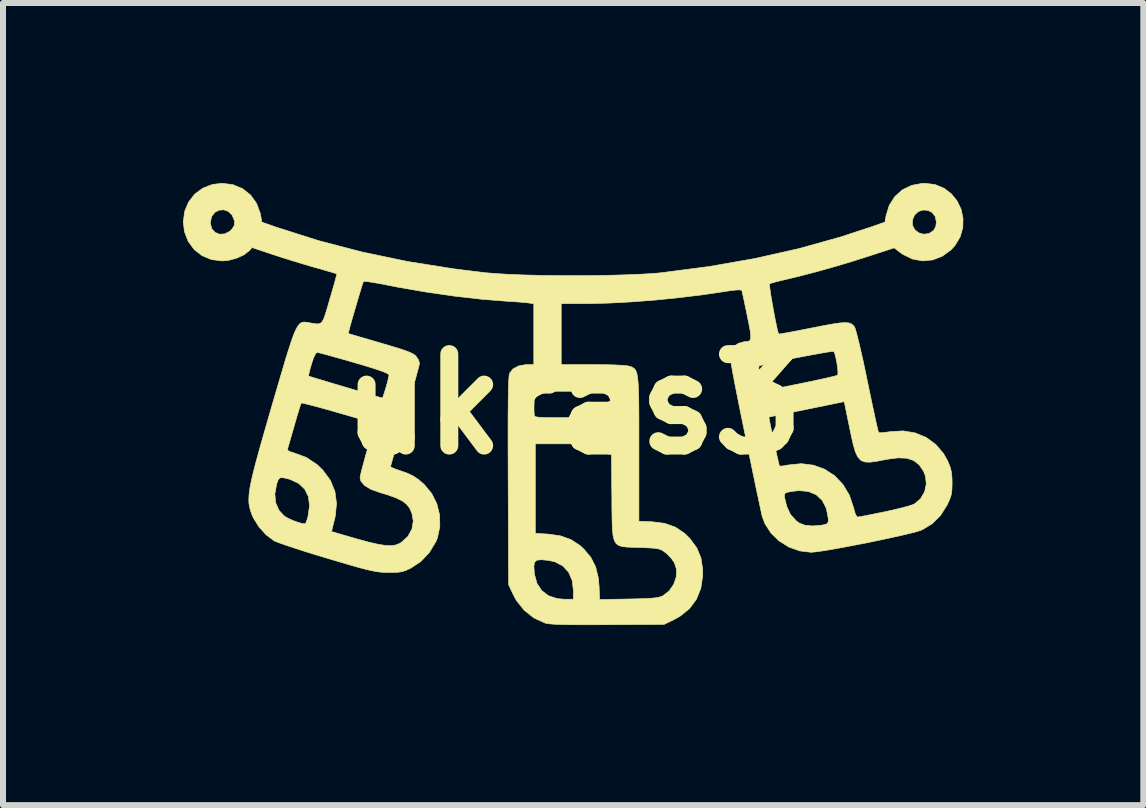
<source format=kicad_pcb>
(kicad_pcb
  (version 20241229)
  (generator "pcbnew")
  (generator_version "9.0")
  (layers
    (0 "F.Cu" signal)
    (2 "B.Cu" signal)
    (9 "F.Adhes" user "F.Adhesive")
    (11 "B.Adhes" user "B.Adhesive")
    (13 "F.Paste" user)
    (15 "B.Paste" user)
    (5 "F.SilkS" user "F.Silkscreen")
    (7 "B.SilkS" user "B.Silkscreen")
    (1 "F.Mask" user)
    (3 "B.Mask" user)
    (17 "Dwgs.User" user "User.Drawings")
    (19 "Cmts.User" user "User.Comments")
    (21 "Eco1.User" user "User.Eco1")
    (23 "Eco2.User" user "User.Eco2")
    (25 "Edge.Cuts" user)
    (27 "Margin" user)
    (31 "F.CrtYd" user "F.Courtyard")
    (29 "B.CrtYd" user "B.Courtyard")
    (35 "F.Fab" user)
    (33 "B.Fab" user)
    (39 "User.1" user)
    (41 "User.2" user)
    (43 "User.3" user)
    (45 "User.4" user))
  (footprint "ukras3"
    (layer "F.Cu")
    (at 6.507 3.687)
    (property "Reference" "ukras3" (at 0 0 0) (layer "F.SilkS") (effects (font (size 1.524 1.524) (thickness 0.3))))
    (attr through_hole)
    (fp_poly (pts (xy 6.028 -3.661) (xy 6.177 -3.599) (xy 6.301 -3.505) (xy 6.397 -3.385) (xy 6.463 -3.247) (xy 6.494 -3.096) (xy 6.49 -2.941) (xy 6.446 -2.788) (xy 6.36 -2.645) (xy 6.295 -2.573) (xy 6.15 -2.467) (xy 5.989 -2.405) (xy 5.821 -2.389) (xy 5.653 -2.419) (xy 5.494 -2.496) (xy 5.455 -2.523) (xy 5.347 -2.606) (xy 4.902 -2.461) (xy 4.633 -2.376) (xy 4.348 -2.291) (xy 4.063 -2.211) (xy 3.792 -2.14) (xy 3.549 -2.081) (xy 3.493 -2.068) (xy 3.396 -2.045) (xy 3.319 -2.024) (xy 3.274 -2.009) (xy 3.269 -2.006) (xy 3.269 -1.979) (xy 3.277 -1.911) (xy 3.291 -1.815) (xy 3.311 -1.699) (xy 3.333 -1.574) (xy 3.356 -1.45) (xy 3.379 -1.338) (xy 3.398 -1.247) (xy 3.414 -1.188) (xy 3.421 -1.171) (xy 3.447 -1.172) (xy 3.515 -1.183) (xy 3.619 -1.202) (xy 3.751 -1.227) (xy 3.903 -1.257) (xy 3.969 -1.27) (xy 4.167 -1.309) (xy 4.322 -1.337) (xy 4.439 -1.354) (xy 4.526 -1.36) (xy 4.589 -1.355) (xy 4.633 -1.339) (xy 4.666 -1.313) (xy 4.688 -1.284) (xy 4.702 -1.245) (xy 4.725 -1.162) (xy 4.755 -1.043) (xy 4.79 -0.892) (xy 4.83 -0.717) (xy 4.871 -0.523) (xy 4.9 -0.382) (xy 4.942 -0.182) (xy 4.98 0.001) (xy 5.015 0.163) (xy 5.044 0.297) (xy 5.067 0.397) (xy 5.082 0.457) (xy 5.087 0.473) (xy 5.118 0.476) (xy 5.184 0.471) (xy 5.273 0.459) (xy 5.279 0.458) (xy 5.493 0.445) (xy 5.696 0.478) (xy 5.88 0.554) (xy 6.04 0.671) (xy 6.17 0.824) (xy 6.238 0.946) (xy 6.278 1.043) (xy 6.301 1.13) (xy 6.31 1.229) (xy 6.312 1.309) (xy 6.309 1.422) (xy 6.298 1.507) (xy 6.272 1.586) (xy 6.228 1.682) (xy 6.118 1.856) (xy 5.978 1.994) (xy 5.815 2.092) (xy 5.782 2.105) (xy 5.708 2.128) (xy 5.593 2.157) (xy 5.445 2.192) (xy 5.273 2.23) (xy 5.085 2.27) (xy 4.887 2.311) (xy 4.69 2.349) (xy 4.5 2.385) (xy 4.325 2.417) (xy 4.174 2.442) (xy 4.055 2.459) (xy 3.975 2.467) (xy 3.962 2.468) (xy 3.772 2.445) (xy 3.592 2.381) (xy 3.43 2.28) (xy 3.294 2.149) (xy 3.194 1.994) (xy 3.147 1.871) (xy 3.137 1.827) (xy 3.118 1.739) (xy 3.091 1.611) (xy 3.068 1.502) (xy 3.517 1.502) (xy 3.518 1.547) (xy 3.536 1.624) (xy 3.557 1.705) (xy 3.617 1.837) (xy 3.717 1.947) (xy 3.77 1.984) (xy 3.86 2.017) (xy 3.982 2.029) (xy 4.118 2.02) (xy 4.178 2.009) (xy 4.23 1.992) (xy 4.248 1.959) (xy 4.248 1.904) (xy 4.216 1.737) (xy 4.148 1.604) (xy 4.047 1.509) (xy 3.916 1.454) (xy 3.757 1.44) (xy 3.662 1.451) (xy 3.585 1.464) (xy 3.538 1.477) (xy 3.517 1.502) (xy 3.068 1.502) (xy 3.056 1.448) (xy 3.016 1.256) (xy 2.971 1.04) (xy 2.923 0.804) (xy 2.872 0.555) (xy 2.855 0.473) (xy 2.802 0.214) (xy 3.259 0.214) (xy 3.262 0.238) (xy 3.274 0.302) (xy 3.293 0.396) (xy 3.316 0.508) (xy 3.342 0.63) (xy 3.369 0.752) (xy 3.394 0.863) (xy 3.415 0.953) (xy 3.429 1.012) (xy 3.436 1.031) (xy 3.465 1.032) (xy 3.527 1.024) (xy 3.582 1.013) (xy 3.798 0.991) (xy 4.001 1.016) (xy 4.188 1.084) (xy 4.354 1.192) (xy 4.493 1.338) (xy 4.6 1.517) (xy 4.67 1.726) (xy 4.675 1.746) (xy 4.7 1.833) (xy 4.727 1.876) (xy 4.739 1.88) (xy 4.775 1.875) (xy 4.851 1.861) (xy 4.959 1.84) (xy 5.09 1.813) (xy 5.195 1.792) (xy 5.34 1.76) (xy 5.472 1.728) (xy 5.581 1.699) (xy 5.657 1.674) (xy 5.685 1.662) (xy 5.787 1.575) (xy 5.854 1.459) (xy 5.882 1.329) (xy 5.867 1.196) (xy 5.837 1.119) (xy 5.764 1.011) (xy 5.672 0.939) (xy 5.556 0.9) (xy 5.411 0.894) (xy 5.229 0.918) (xy 5.196 0.924) (xy 5.052 0.952) (xy 4.94 0.967) (xy 4.854 0.962) (xy 4.789 0.934) (xy 4.738 0.877) (xy 4.697 0.787) (xy 4.661 0.659) (xy 4.623 0.488) (xy 4.605 0.4) (xy 4.514 -0.043) (xy 3.889 0.085) (xy 3.718 0.12) (xy 3.565 0.151) (xy 3.436 0.177) (xy 3.337 0.198) (xy 3.277 0.21) (xy 3.259 0.214) (xy 2.802 0.214) (xy 2.795 0.182) (xy 2.746 -0.064) (xy 2.705 -0.269) (xy 2.673 -0.436) (xy 2.648 -0.57) (xy 2.642 -0.606) (xy 3.09 -0.606) (xy 3.096 -0.541) (xy 3.111 -0.458) (xy 3.13 -0.371) (xy 3.152 -0.294) (xy 3.172 -0.242) (xy 3.185 -0.228) (xy 3.217 -0.233) (xy 3.291 -0.246) (xy 3.401 -0.267) (xy 3.538 -0.294) (xy 3.696 -0.326) (xy 3.797 -0.346) (xy 3.964 -0.381) (xy 4.113 -0.413) (xy 4.239 -0.441) (xy 4.334 -0.463) (xy 4.391 -0.479) (xy 4.403 -0.484) (xy 4.41 -0.517) (xy 4.406 -0.583) (xy 4.395 -0.668) (xy 4.379 -0.755) (xy 4.361 -0.829) (xy 4.343 -0.874) (xy 4.337 -0.88) (xy 4.308 -0.879) (xy 4.237 -0.869) (xy 4.133 -0.851) (xy 4.004 -0.828) (xy 3.86 -0.801) (xy 3.707 -0.772) (xy 3.555 -0.742) (xy 3.412 -0.712) (xy 3.285 -0.685) (xy 3.185 -0.663) (xy 3.118 -0.646) (xy 3.094 -0.637) (xy 3.09 -0.606) (xy 2.642 -0.606) (xy 2.63 -0.675) (xy 2.619 -0.754) (xy 2.613 -0.812) (xy 2.612 -0.854) (xy 2.615 -0.882) (xy 2.62 -0.898) (xy 2.67 -0.962) (xy 2.75 -1.014) (xy 2.841 -1.04) (xy 2.863 -1.042) (xy 2.907 -1.045) (xy 2.937 -1.057) (xy 2.953 -1.086) (xy 2.956 -1.138) (xy 2.947 -1.221) (xy 2.925 -1.34) (xy 2.897 -1.477) (xy 2.869 -1.612) (xy 2.844 -1.731) (xy 2.824 -1.824) (xy 2.811 -1.881) (xy 2.808 -1.895) (xy 2.784 -1.905) (xy 2.72 -1.904) (xy 2.612 -1.892) (xy 2.511 -1.876) (xy 2.143 -1.822) (xy 1.753 -1.775) (xy 1.355 -1.735) (xy 0.962 -1.705) (xy 0.59 -1.685) (xy 0.251 -1.677) (xy 0.21 -1.677) (xy -0.203 -1.676) (xy -0.203 -0.66) (xy 0.326 -0.66) (xy 0.518 -0.659) (xy 0.682 -0.655) (xy 0.811 -0.648) (xy 0.9 -0.64) (xy 0.937 -0.632) (xy 0.971 -0.62) (xy 1 -0.605) (xy 1.024 -0.585) (xy 1.043 -0.553) (xy 1.059 -0.508) (xy 1.07 -0.443) (xy 1.079 -0.356) (xy 1.085 -0.241) (xy 1.089 -0.094) (xy 1.091 0.088) (xy 1.092 0.31) (xy 1.092 0.577) (xy 1.092 0.746) (xy 1.092 1.951) (xy 1.314 1.96) (xy 1.522 1.986) (xy 1.699 2.049) (xy 1.853 2.152) (xy 1.944 2.242) (xy 2.058 2.397) (xy 2.127 2.566) (xy 2.155 2.756) (xy 2.155 2.857) (xy 2.124 3.069) (xy 2.05 3.252) (xy 1.935 3.407) (xy 1.777 3.534) (xy 1.682 3.587) (xy 1.512 3.67) (xy 0.572 3.675) (xy 0.309 3.676) (xy 0.092 3.676) (xy -0.084 3.674) (xy -0.221 3.671) (xy -0.326 3.667) (xy -0.403 3.66) (xy -0.455 3.652) (xy -0.474 3.647) (xy -0.659 3.562) (xy -0.819 3.435) (xy -0.95 3.271) (xy -1.008 3.162) (xy -1.079 3.01) (xy -1.081 2.7) (xy -0.659 2.7) (xy -0.652 2.808) (xy -0.649 2.834) (xy -0.607 2.987) (xy -0.528 3.107) (xy -0.414 3.193) (xy -0.267 3.241) (xy -0.147 3.251) (xy 0 3.251) (xy 0 3.104) (xy -0.02 2.937) (xy -0.08 2.8) (xy -0.176 2.696) (xy -0.307 2.627) (xy -0.417 2.603) (xy -0.533 2.592) (xy -0.608 2.6) (xy -0.647 2.633) (xy -0.659 2.7) (xy -1.081 2.7) (xy -1.087 1.284) (xy -1.088 0.922) (xy -1.089 0.66) (xy -0.635 0.66) (xy -0.635 2.152) (xy -0.421 2.165) (xy -0.216 2.194) (xy -0.042 2.256) (xy 0.109 2.354) (xy 0.175 2.415) (xy 0.293 2.557) (xy 0.371 2.713) (xy 0.415 2.893) (xy 0.428 3.031) (xy 0.437 3.256) (xy 0.923 3.247) (xy 1.101 3.243) (xy 1.235 3.238) (xy 1.334 3.231) (xy 1.404 3.222) (xy 1.455 3.209) (xy 1.491 3.194) (xy 1.596 3.112) (xy 1.672 3.003) (xy 1.714 2.879) (xy 1.719 2.753) (xy 1.684 2.643) (xy 1.635 2.573) (xy 1.566 2.5) (xy 1.541 2.479) (xy 1.5 2.448) (xy 1.462 2.426) (xy 1.417 2.411) (xy 1.353 2.401) (xy 1.262 2.395) (xy 1.131 2.389) (xy 1.104 2.388) (xy 0.984 2.385) (xy 0.887 2.381) (xy 0.811 2.372) (xy 0.753 2.353) (xy 0.71 2.32) (xy 0.68 2.266) (xy 0.661 2.188) (xy 0.65 2.08) (xy 0.645 1.937) (xy 0.642 1.755) (xy 0.641 1.528) (xy 0.64 1.46) (xy 0.633 0.66) (xy -0.635 0.66) (xy -1.089 0.66) (xy -1.089 0.609) (xy -1.089 0.34) (xy -1.088 0.114) (xy -1.087 0.069) (xy -0.657 0.069) (xy -0.655 0.148) (xy -0.65 0.193) (xy -0.65 0.195) (xy -0.637 0.206) (xy -0.605 0.214) (xy -0.548 0.22) (xy -0.461 0.223) (xy -0.339 0.225) (xy -0.176 0.224) (xy 0.006 0.223) (xy 0.648 0.216) (xy 0.648 -0.216) (xy -0.648 -0.216) (xy -0.655 -0.028) (xy -0.657 0.069) (xy -1.087 0.069) (xy -1.086 -0.073) (xy -1.084 -0.223) (xy -1.08 -0.339) (xy -1.076 -0.424) (xy -1.071 -0.481) (xy -1.064 -0.513) (xy -1.063 -0.516) (xy -1.007 -0.588) (xy -0.913 -0.638) (xy -0.791 -0.66) (xy -0.763 -0.66) (xy -0.66 -0.66) (xy -0.66 -1.674) (xy -0.743 -1.687) (xy -0.803 -1.694) (xy -0.899 -1.702) (xy -1.015 -1.71) (xy -1.092 -1.715) (xy -1.515 -1.748) (xy -1.971 -1.8) (xy -2.448 -1.868) (xy -2.932 -1.952) (xy -3.095 -1.984) (xy -3.229 -2.01) (xy -3.345 -2.03) (xy -3.434 -2.044) (xy -3.487 -2.049) (xy -3.497 -2.048) (xy -3.508 -2.022) (xy -3.529 -1.956) (xy -3.558 -1.862) (xy -3.592 -1.748) (xy -3.629 -1.623) (xy -3.665 -1.498) (xy -3.699 -1.382) (xy -3.726 -1.284) (xy -3.744 -1.213) (xy -3.752 -1.18) (xy -3.751 -1.179) (xy -3.727 -1.171) (xy -3.66 -1.151) (xy -3.559 -1.121) (xy -3.43 -1.084) (xy -3.281 -1.04) (xy -3.213 -1.02) (xy -3.03 -0.966) (xy -2.889 -0.923) (xy -2.785 -0.888) (xy -2.711 -0.858) (xy -2.661 -0.832) (xy -2.629 -0.807) (xy -2.623 -0.8) (xy -2.583 -0.74) (xy -2.565 -0.686) (xy -2.565 -0.684) (xy -2.572 -0.649) (xy -2.592 -0.571) (xy -2.623 -0.456) (xy -2.663 -0.31) (xy -2.711 -0.14) (xy -2.764 0.048) (xy -2.807 0.194) (xy -2.864 0.39) (xy -2.916 0.571) (xy -2.962 0.73) (xy -2.999 0.863) (xy -3.027 0.962) (xy -3.044 1.023) (xy -3.048 1.04) (xy -3.026 1.056) (xy -2.968 1.081) (xy -2.902 1.103) (xy -2.77 1.149) (xy -2.669 1.197) (xy -2.58 1.257) (xy -2.488 1.337) (xy -2.363 1.486) (xy -2.276 1.66) (xy -2.23 1.848) (xy -2.226 2.04) (xy -2.266 2.227) (xy -2.292 2.291) (xy -2.401 2.472) (xy -2.545 2.623) (xy -2.71 2.732) (xy -2.789 2.769) (xy -2.856 2.791) (xy -2.932 2.802) (xy -3.033 2.805) (xy -3.086 2.804) (xy -3.153 2.803) (xy -3.216 2.799) (xy -3.282 2.79) (xy -3.358 2.776) (xy -3.449 2.755) (xy -3.564 2.725) (xy -3.707 2.685) (xy -3.886 2.632) (xy -4.102 2.568) (xy -4.299 2.509) (xy -4.484 2.451) (xy -4.651 2.397) (xy -4.793 2.35) (xy -4.904 2.311) (xy -4.976 2.282) (xy -4.995 2.272) (xy -5.126 2.173) (xy -5.244 2.04) (xy -5.336 1.891) (xy -5.361 1.833) (xy -5.382 1.772) (xy -5.398 1.712) (xy -5.408 1.65) (xy -5.41 1.58) (xy -5.405 1.498) (xy -5.405 1.496) (xy -4.976 1.496) (xy -4.962 1.644) (xy -4.906 1.771) (xy -4.816 1.866) (xy -4.757 1.901) (xy -4.678 1.937) (xy -4.594 1.968) (xy -4.52 1.989) (xy -4.473 1.993) (xy -4.467 1.991) (xy -4.452 1.963) (xy -4.432 1.903) (xy -4.423 1.869) (xy -4.398 1.693) (xy -4.416 1.542) (xy -4.477 1.417) (xy -4.579 1.32) (xy -4.722 1.253) (xy -4.761 1.242) (xy -4.844 1.224) (xy -4.892 1.228) (xy -4.921 1.26) (xy -4.945 1.327) (xy -4.946 1.33) (xy -4.976 1.496) (xy -5.405 1.496) (xy -5.392 1.4) (xy -5.369 1.282) (xy -5.336 1.139) (xy -5.292 0.968) (xy -5.236 0.764) (xy -5.236 0.763) (xy -4.763 0.763) (xy -4.739 0.785) (xy -4.677 0.806) (xy -4.658 0.811) (xy -4.452 0.887) (xy -4.272 1.006) (xy -4.176 1.099) (xy -4.051 1.269) (xy -3.975 1.454) (xy -3.948 1.654) (xy -3.969 1.868) (xy -3.984 1.93) (xy -4.007 2.02) (xy -4.023 2.088) (xy -4.03 2.121) (xy -4.03 2.123) (xy -4.005 2.13) (xy -3.94 2.149) (xy -3.842 2.178) (xy -3.72 2.213) (xy -3.619 2.242) (xy -3.419 2.297) (xy -3.259 2.334) (xy -3.132 2.354) (xy -3.033 2.358) (xy -2.954 2.345) (xy -2.889 2.317) (xy -2.87 2.305) (xy -2.758 2.203) (xy -2.691 2.081) (xy -2.669 1.947) (xy -2.691 1.821) (xy -2.727 1.737) (xy -2.779 1.669) (xy -2.853 1.611) (xy -2.958 1.56) (xy -3.102 1.509) (xy -3.22 1.474) (xy -3.371 1.42) (xy -3.479 1.356) (xy -3.541 1.284) (xy -3.556 1.224) (xy -3.549 1.186) (xy -3.531 1.109) (xy -3.502 1) (xy -3.467 0.869) (xy -3.433 0.75) (xy -3.31 0.318) (xy -3.916 0.143) (xy -4.083 0.095) (xy -4.234 0.053) (xy -4.361 0.02) (xy -4.458 -0.005) (xy -4.518 -0.018) (xy -4.535 -0.02) (xy -4.547 0.008) (xy -4.569 0.076) (xy -4.599 0.174) (xy -4.634 0.293) (xy -4.646 0.337) (xy -4.683 0.465) (xy -4.716 0.579) (xy -4.742 0.669) (xy -4.758 0.723) (xy -4.761 0.731) (xy -4.763 0.763) (xy -5.236 0.763) (xy -5.168 0.523) (xy -5.087 0.241) (xy -5.021 0.013) (xy -4.934 -0.284) (xy -4.879 -0.472) (xy -4.415 -0.472) (xy -4.414 -0.469) (xy -4.39 -0.461) (xy -4.325 -0.441) (xy -4.226 -0.411) (xy -4.103 -0.374) (xy -3.963 -0.332) (xy -3.813 -0.288) (xy -3.661 -0.243) (xy -3.517 -0.2) (xy -3.386 -0.162) (xy -3.278 -0.13) (xy -3.2 -0.108) (xy -3.182 -0.103) (xy -3.173 -0.125) (xy -3.154 -0.183) (xy -3.128 -0.266) (xy -3.125 -0.276) (xy -3.099 -0.368) (xy -3.081 -0.443) (xy -3.073 -0.487) (xy -3.073 -0.488) (xy -3.089 -0.505) (xy -3.139 -0.53) (xy -3.225 -0.562) (xy -3.353 -0.604) (xy -3.523 -0.656) (xy -3.655 -0.694) (xy -3.82 -0.742) (xy -3.97 -0.784) (xy -4.097 -0.82) (xy -4.195 -0.846) (xy -4.256 -0.861) (xy -4.272 -0.864) (xy -4.299 -0.839) (xy -4.332 -0.77) (xy -4.365 -0.67) (xy -4.391 -0.579) (xy -4.408 -0.509) (xy -4.415 -0.472) (xy -4.879 -0.472) (xy -4.86 -0.536) (xy -4.798 -0.747) (xy -4.744 -0.919) (xy -4.699 -1.057) (xy -4.66 -1.165) (xy -4.625 -1.245) (xy -4.593 -1.302) (xy -4.563 -1.339) (xy -4.533 -1.36) (xy -4.501 -1.369) (xy -4.465 -1.368) (xy -4.424 -1.362) (xy -4.409 -1.359) (xy -4.329 -1.345) (xy -4.27 -1.338) (xy -4.226 -1.343) (xy -4.193 -1.368) (xy -4.164 -1.417) (xy -4.135 -1.497) (xy -4.099 -1.614) (xy -4.06 -1.751) (xy -4.02 -1.887) (xy -3.986 -2.006) (xy -3.961 -2.098) (xy -3.946 -2.157) (xy -3.943 -2.173) (xy -3.969 -2.181) (xy -4.034 -2.201) (xy -4.132 -2.229) (xy -4.252 -2.264) (xy -4.318 -2.282) (xy -4.486 -2.331) (xy -4.674 -2.388) (xy -4.859 -2.446) (xy -5.018 -2.498) (xy -5.021 -2.499) (xy -5.356 -2.611) (xy -5.402 -2.559) (xy -5.491 -2.489) (xy -5.614 -2.433) (xy -5.751 -2.397) (xy -5.856 -2.388) (xy -6.034 -2.411) (xy -6.191 -2.477) (xy -6.322 -2.58) (xy -6.421 -2.715) (xy -6.483 -2.876) (xy -6.499 -3.016) (xy -6.051 -3.016) (xy -6.028 -2.925) (xy -5.972 -2.863) (xy -5.896 -2.833) (xy -5.81 -2.839) (xy -5.725 -2.883) (xy -5.694 -2.913) (xy -5.652 -2.978) (xy -5.647 -3.045) (xy -5.649 -3.057) (xy -5.688 -3.152) (xy -5.751 -3.213) (xy -5.827 -3.24) (xy -5.906 -3.234) (xy -5.977 -3.197) (xy -6.029 -3.13) (xy -6.051 -3.034) (xy -6.051 -3.016) (xy -6.499 -3.016) (xy -6.502 -3.037) (xy -6.479 -3.214) (xy -6.413 -3.371) (xy -6.311 -3.502) (xy -6.176 -3.601) (xy -6.016 -3.663) (xy -5.855 -3.682) (xy -5.674 -3.659) (xy -5.514 -3.592) (xy -5.381 -3.487) (xy -5.281 -3.348) (xy -5.219 -3.18) (xy -5.211 -3.141) (xy -5.193 -3.035) (xy -4.953 -2.951) (xy -4.249 -2.727) (xy -3.522 -2.537) (xy -2.766 -2.379) (xy -1.977 -2.254) (xy -1.473 -2.192) (xy -1.293 -2.177) (xy -1.071 -2.164) (xy -0.816 -2.154) (xy -0.537 -2.147) (xy -0.242 -2.144) (xy 0.061 -2.143) (xy 0.361 -2.145) (xy 0.651 -2.15) (xy 0.922 -2.158) (xy 1.165 -2.169) (xy 1.371 -2.182) (xy 1.473 -2.192) (xy 2.271 -2.296) (xy 3.032 -2.43) (xy 3.761 -2.594) (xy 4.465 -2.791) (xy 4.952 -2.951) (xy 5.193 -3.035) (xy 5.199 -3.07) (xy 5.651 -3.07) (xy 5.652 -2.979) (xy 5.692 -2.906) (xy 5.758 -2.855) (xy 5.841 -2.833) (xy 5.927 -2.845) (xy 6.003 -2.894) (xy 6.04 -2.962) (xy 6.05 -3.035) (xy 6.031 -3.129) (xy 5.98 -3.195) (xy 5.908 -3.231) (xy 5.828 -3.237) (xy 5.751 -3.212) (xy 5.688 -3.155) (xy 5.651 -3.07) (xy 5.199 -3.07) (xy 5.211 -3.141) (xy 5.264 -3.314) (xy 5.357 -3.46) (xy 5.483 -3.573) (xy 5.638 -3.648) (xy 5.816 -3.681) (xy 5.856 -3.682) (xy 6.028 -3.661)) (stroke (width 0.01) (type solid)) (fill yes) (layer "F.SilkS")))
  (gr_rect
    (start -3 -3)
    (end 16.006 10.369)
    (stroke (width 0.1) (type default))
    (fill no)
    (layer "Edge.Cuts")))
</source>
